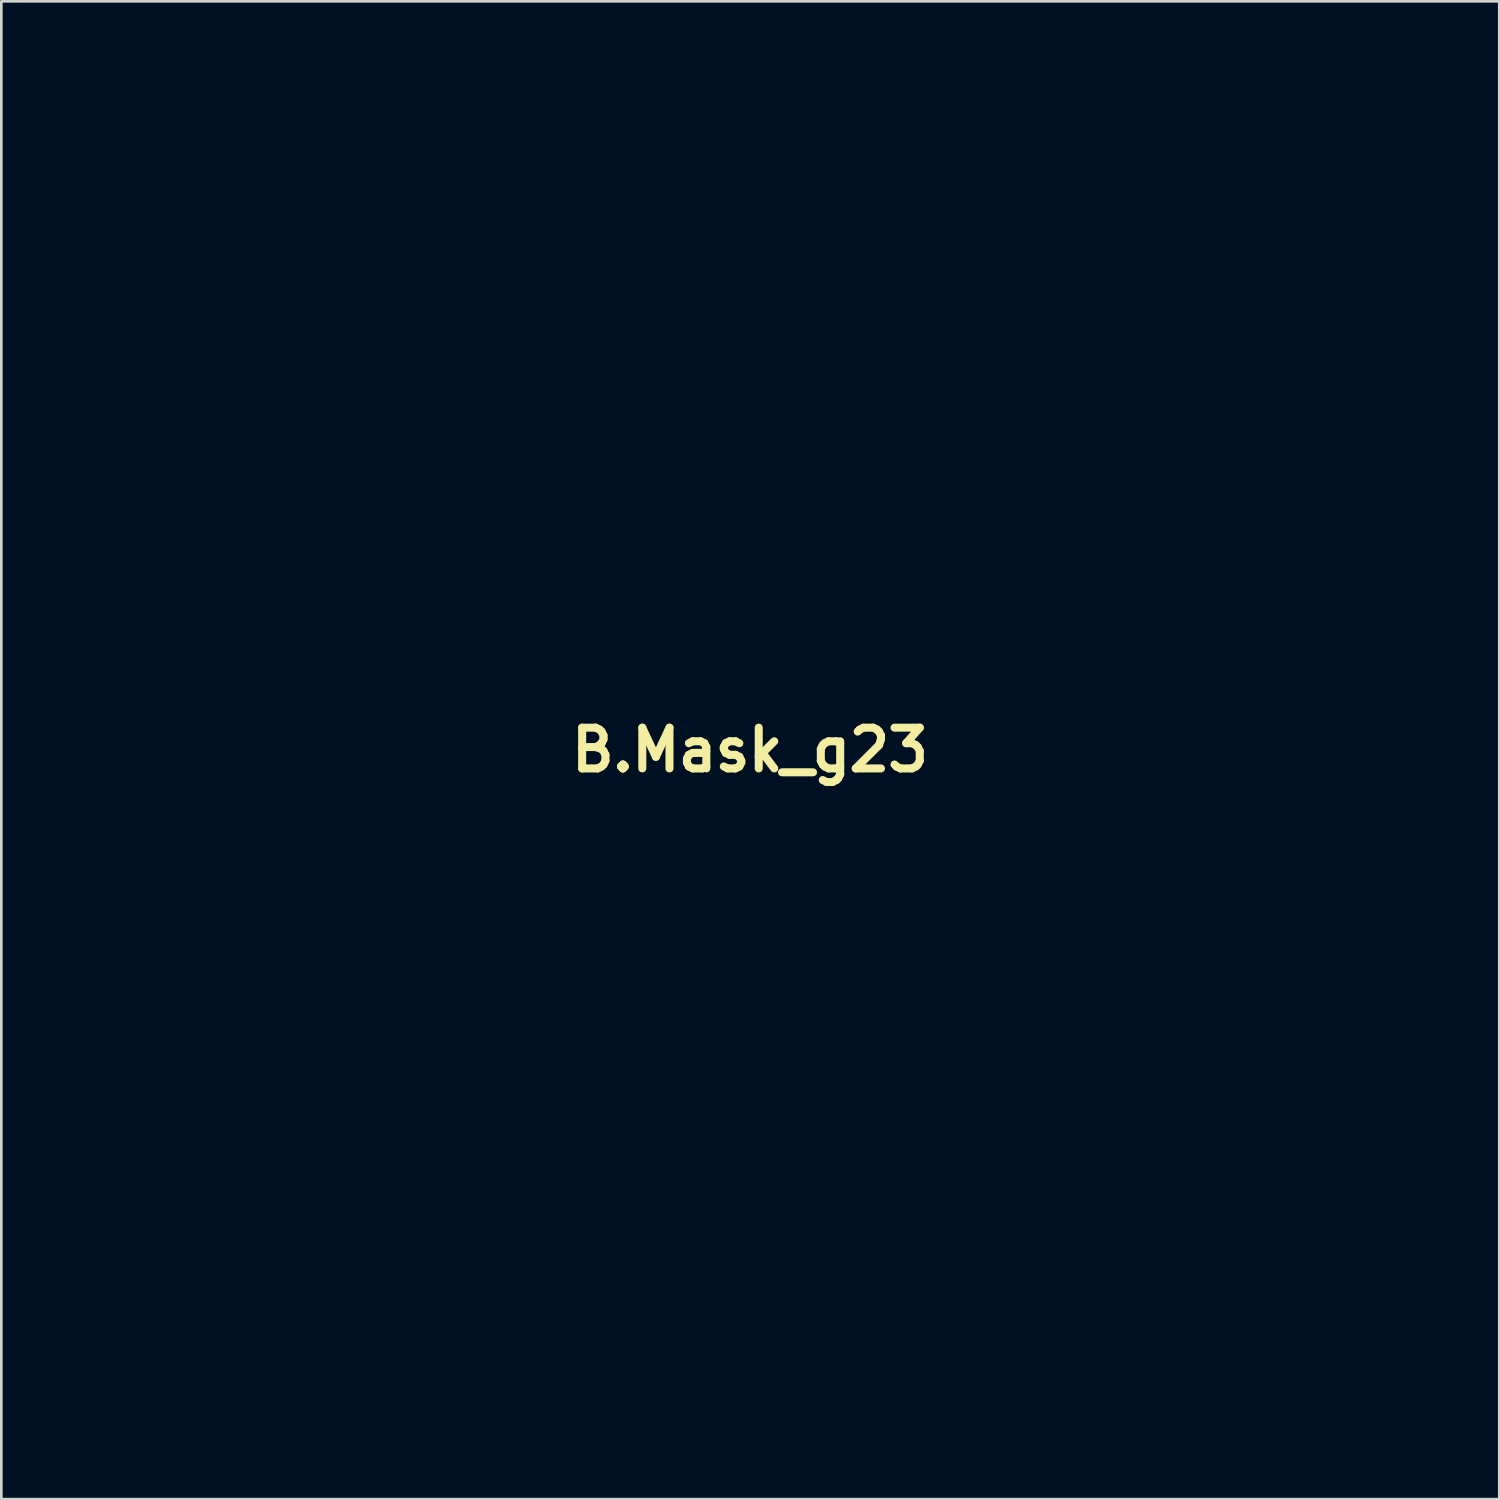
<source format=kicad_pcb>
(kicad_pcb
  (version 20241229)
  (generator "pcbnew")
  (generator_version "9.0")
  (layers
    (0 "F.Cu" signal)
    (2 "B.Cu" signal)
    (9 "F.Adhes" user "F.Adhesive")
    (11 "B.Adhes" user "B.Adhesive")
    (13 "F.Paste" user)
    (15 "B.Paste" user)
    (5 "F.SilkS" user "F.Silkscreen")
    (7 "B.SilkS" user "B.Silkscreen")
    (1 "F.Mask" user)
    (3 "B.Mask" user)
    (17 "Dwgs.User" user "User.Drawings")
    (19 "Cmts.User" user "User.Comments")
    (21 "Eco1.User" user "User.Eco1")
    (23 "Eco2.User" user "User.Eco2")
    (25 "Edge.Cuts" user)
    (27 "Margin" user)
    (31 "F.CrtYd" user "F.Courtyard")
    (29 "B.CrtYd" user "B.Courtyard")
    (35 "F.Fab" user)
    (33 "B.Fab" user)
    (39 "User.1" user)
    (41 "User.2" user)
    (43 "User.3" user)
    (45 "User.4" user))
  (footprint "B.Mask_g23"
    (layer "F.Cu")
    (at 25.004 25.004)
    (property "Reference" "B.Mask_g23" (at 0 0 0) (layer "F.SilkS") (effects (font (size 1.524 1.524) (thickness 0.3))))
    (attr through_hole)
    (fp_poly (pts (xy 3.233 -5.054) (xy 3.789 -4.498) (xy 3.117 -3.826) (xy 2.95 -3.66) (xy 2.811 -3.522) (xy 2.696 -3.409) (xy 2.603 -3.321) (xy 2.53 -3.254) (xy 2.475 -3.206) (xy 2.435 -3.175) (xy 2.407 -3.159) (xy 2.392 -3.155) (xy 2.35 -3.16) (xy 2.278 -3.172) (xy 2.186 -3.19) (xy 2.101 -3.207) (xy 1.984 -3.234) (xy 1.846 -3.271) (xy 1.703 -3.313) (xy 1.582 -3.351) (xy 1.472 -3.39) (xy 1.35 -3.436) (xy 1.225 -3.485) (xy 1.103 -3.535) (xy 0.992 -3.583) (xy 0.899 -3.626) (xy 0.831 -3.66) (xy 0.796 -3.683) (xy 0.795 -3.684) (xy 0.804 -3.703) (xy 0.843 -3.75) (xy 0.911 -3.825) (xy 1.008 -3.929) (xy 1.136 -4.061) (xy 1.293 -4.222) (xy 1.481 -4.412) (xy 1.699 -4.63) (xy 1.726 -4.657) (xy 2.677 -5.609) (xy 3.233 -5.054)) (stroke (width 0.01) (type solid)) (fill yes) (layer "B.Mask"))
    (fp_poly (pts (xy -4.805 5.666) (xy -4.99 5.723) (xy -5.098 5.754) (xy -5.216 5.784) (xy -5.319 5.808) (xy -5.334 5.811) (xy -5.408 5.822) (xy -5.514 5.832) (xy -5.642 5.84) (xy -5.781 5.848) (xy -5.923 5.853) (xy -6.056 5.856) (xy -6.172 5.856) (xy -6.26 5.853) (xy -6.287 5.85) (xy -6.613 5.802) (xy -6.913 5.741) (xy -7.057 5.705) (xy -7.197 5.664) (xy -7.33 5.622) (xy -7.452 5.58) (xy -7.557 5.54) (xy -7.639 5.505) (xy -7.692 5.477) (xy -7.712 5.457) (xy -7.711 5.454) (xy -7.695 5.436) (xy -7.653 5.389) (xy -7.587 5.316) (xy -7.5 5.219) (xy -7.393 5.102) (xy -7.27 4.967) (xy -7.132 4.815) (xy -6.982 4.651) (xy -6.823 4.476) (xy -6.656 4.293) (xy -6.484 4.105) (xy -6.31 3.914) (xy -6.135 3.723) (xy -5.963 3.534) (xy -5.795 3.35) (xy -5.633 3.174) (xy -5.481 3.008) (xy -5.341 2.854) (xy -5.214 2.716) (xy -5.104 2.596) (xy -5.013 2.497) (xy -4.942 2.42) (xy -4.895 2.369) (xy -4.876 2.35) (xy -4.805 2.276) (xy -4.805 5.666)) (stroke (width 0.01) (type solid)) (fill yes) (layer "B.Mask"))
    (fp_poly (pts (xy 0.975 -24.999) (xy 1.828 -24.999) (xy 2.678 -24.999) (xy 3.525 -24.999) (xy 4.368 -24.999) (xy 5.205 -24.999) (xy 6.036 -24.999) (xy 6.859 -24.998) (xy 7.674 -24.998) (xy 8.479 -24.998) (xy 9.273 -24.997) (xy 10.055 -24.997) (xy 10.825 -24.997) (xy 11.58 -24.996) (xy 12.32 -24.996) (xy 13.045 -24.995) (xy 13.752 -24.995) (xy 14.441 -24.994) (xy 15.111 -24.994) (xy 15.761 -24.993) (xy 16.389 -24.992) (xy 16.994 -24.992) (xy 17.577 -24.991) (xy 18.134 -24.99) (xy 18.666 -24.989) (xy 19.172 -24.989) (xy 19.649 -24.988) (xy 20.098 -24.987) (xy 20.517 -24.986) (xy 20.905 -24.985) (xy 21.261 -24.984) (xy 21.584 -24.983) (xy 21.873 -24.982) (xy 22.127 -24.981) (xy 22.344 -24.98) (xy 22.524 -24.979) (xy 22.666 -24.978) (xy 22.768 -24.977) (xy 22.83 -24.975) (xy 22.849 -24.974) (xy 23.166 -24.915) (xy 23.469 -24.815) (xy 23.755 -24.678) (xy 24.023 -24.502) (xy 24.27 -24.291) (xy 24.292 -24.269) (xy 24.504 -24.028) (xy 24.682 -23.765) (xy 24.823 -23.481) (xy 24.927 -23.18) (xy 24.991 -22.865) (xy 24.996 -22.828) (xy 24.997 -22.797) (xy 24.998 -22.725) (xy 24.999 -22.612) (xy 25 -22.46) (xy 25.001 -22.27) (xy 25.002 -22.043) (xy 25.004 -21.78) (xy 25.005 -21.482) (xy 25.006 -21.151) (xy 25.006 -20.786) (xy 25.007 -20.39) (xy 25.008 -19.963) (xy 25.009 -19.507) (xy 25.01 -19.022) (xy 25.011 -18.51) (xy 25.012 -17.971) (xy 25.012 -17.407) (xy 25.013 -16.818) (xy 25.014 -16.207) (xy 25.014 -15.573) (xy 25.015 -14.918) (xy 25.015 -14.243) (xy 25.016 -13.549) (xy 25.017 -12.837) (xy 25.017 -12.109) (xy 25.017 -11.364) (xy 25.018 -10.605) (xy 25.018 -9.832) (xy 25.019 -9.047) (xy 25.019 -8.25) (xy 25.019 -7.442) (xy 25.02 -6.625) (xy 25.02 -5.8) (xy 25.02 -4.968) (xy 25.02 -4.129) (xy 25.02 -3.285) (xy 25.02 -2.437) (xy 25.02 -1.586) (xy 25.02 -0.733) (xy 25.02 0.121) (xy 25.02 0.975) (xy 25.02 1.828) (xy 25.02 2.678) (xy 25.02 3.525) (xy 25.02 4.368) (xy 25.02 5.205) (xy 25.02 6.036) (xy 25.019 6.859) (xy 25.019 7.674) (xy 25.019 8.479) (xy 25.019 9.273) (xy 25.018 10.055) (xy 25.018 10.825) (xy 25.017 11.58) (xy 25.017 12.32) (xy 25.016 13.045) (xy 25.016 13.752) (xy 25.015 14.441) (xy 25.015 15.111) (xy 25.014 15.761) (xy 25.013 16.389) (xy 25.013 16.994) (xy 25.012 17.577) (xy 25.011 18.134) (xy 25.011 18.666) (xy 25.01 19.172) (xy 25.009 19.649) (xy 25.008 20.098) (xy 25.007 20.517) (xy 25.006 20.905) (xy 25.005 21.261) (xy 25.004 21.584) (xy 25.003 21.873) (xy 25.002 22.127) (xy 25.001 22.344) (xy 25 22.524) (xy 24.999 22.666) (xy 24.998 22.768) (xy 24.996 22.83) (xy 24.996 22.849) (xy 24.936 23.166) (xy 24.837 23.468) (xy 24.699 23.753) (xy 24.524 24.02) (xy 24.313 24.266) (xy 24.29 24.29) (xy 24.046 24.504) (xy 23.781 24.683) (xy 23.497 24.825) (xy 23.197 24.928) (xy 22.882 24.991) (xy 22.849 24.996) (xy 22.82 24.997) (xy 22.748 24.998) (xy 22.637 24.999) (xy 22.487 25) (xy 22.298 25.001) (xy 22.073 25.002) (xy 21.811 25.002) (xy 21.515 25.003) (xy 21.184 25.004) (xy 20.821 25.005) (xy 20.426 25.006) (xy 20.001 25.007) (xy 19.546 25.007) (xy 19.062 25.008) (xy 18.551 25.009) (xy 18.014 25.009) (xy 17.451 25.01) (xy 16.863 25.011) (xy 16.253 25.011) (xy 15.62 25.012) (xy 14.966 25.012) (xy 14.293 25.013) (xy 13.6 25.013) (xy 12.889 25.014) (xy 12.161 25.014) (xy 11.418 25.014) (xy 10.659 25.015) (xy 9.887 25.015) (xy 9.103 25.015) (xy 8.307 25.016) (xy 7.5 25.016) (xy 6.684 25.016) (xy 5.859 25.016) (xy 5.027 25.017) (xy 4.189 25.017) (xy 3.345 25.017) (xy 2.498 25.017) (xy 1.647 25.017) (xy 0.794 25.017) (xy -0.06 25.017) (xy -0.914 25.017) (xy -1.766 25.017) (xy -2.617 25.017) (xy -3.464 25.017) (xy -4.307 25.017) (xy -5.144 25.016) (xy -5.975 25.016) (xy -6.799 25.016) (xy -7.613 25.016) (xy -8.419 25.016) (xy -9.213 25.015) (xy -9.996 25.015) (xy -10.767 25.015) (xy -11.523 25.014) (xy -12.264 25.014) (xy -12.99 25.013) (xy -13.698 25.013) (xy -14.388 25.012) (xy -15.059 25.012) (xy -15.71 25.011) (xy -16.34 25.011) (xy -16.947 25.01) (xy -17.531 25.01) (xy -18.09 25.009) (xy -18.624 25.008) (xy -19.132 25.008) (xy -19.611 25.007) (xy -20.062 25.006) (xy -20.484 25.005) (xy -20.874 25.005) (xy -21.233 25.004) (xy -21.558 25.003) (xy -21.85 25.002) (xy -22.106 25.001) (xy -22.327 25) (xy -22.51 24.999) (xy -22.655 24.998) (xy -22.761 24.997) (xy -22.826 24.996) (xy -22.849 24.995) (xy -23.147 24.937) (xy -23.438 24.84) (xy -23.718 24.706) (xy -23.979 24.539) (xy -24.217 24.342) (xy -24.269 24.291) (xy -24.484 24.046) (xy -24.663 23.78) (xy -24.804 23.496) (xy -24.907 23.195) (xy -24.97 22.88) (xy -24.974 22.849) (xy -24.976 22.818) (xy -24.977 22.746) (xy -24.978 22.633) (xy -24.979 22.481) (xy -24.98 22.291) (xy -24.981 22.064) (xy -24.982 21.801) (xy -24.983 21.504) (xy -24.984 21.172) (xy -24.985 20.808) (xy -24.986 20.411) (xy -24.987 19.985) (xy -24.988 19.528) (xy -24.989 19.043) (xy -24.99 18.531) (xy -24.99 17.992) (xy -24.991 17.428) (xy -24.992 16.84) (xy -24.992 16.228) (xy -24.993 15.594) (xy -24.994 14.939) (xy -24.994 14.264) (xy -24.995 13.57) (xy -24.995 12.859) (xy -24.996 12.13) (xy -24.996 11.386) (xy -24.997 10.626) (xy -24.997 9.853) (xy -24.997 9.068) (xy -24.998 8.58) (xy -23.978 8.58) (xy -23.978 9.652) (xy -23.978 10.682) (xy -23.978 11.67) (xy -23.978 12.615) (xy -23.978 13.518) (xy -23.978 14.379) (xy -23.977 15.197) (xy -23.977 15.974) (xy -23.977 16.708) (xy -23.976 17.4) (xy -23.976 18.049) (xy -23.975 18.656) (xy -23.974 19.221) (xy -23.974 19.744) (xy -23.973 20.224) (xy -23.972 20.662) (xy -23.971 21.058) (xy -23.97 21.412) (xy -23.969 21.723) (xy -23.968 21.992) (xy -23.967 22.219) (xy -23.966 22.403) (xy -23.965 22.545) (xy -23.964 22.644) (xy -23.963 22.702) (xy -23.962 22.716) (xy -23.91 22.957) (xy -23.823 23.181) (xy -23.702 23.385) (xy -23.552 23.565) (xy -23.375 23.718) (xy -23.175 23.841) (xy -22.955 23.93) (xy -22.736 23.98) (xy -22.71 23.981) (xy -22.642 23.982) (xy -22.534 23.983) (xy -22.386 23.983) (xy -22.199 23.984) (xy -21.974 23.985) (xy -21.712 23.985) (xy -21.414 23.986) (xy -21.081 23.987) (xy -20.713 23.987) (xy -20.311 23.988) (xy -19.877 23.988) (xy -19.41 23.989) (xy -18.913 23.99) (xy -18.386 23.99) (xy -17.829 23.991) (xy -17.244 23.991) (xy -16.632 23.991) (xy -15.992 23.992) (xy -15.328 23.992) (xy -14.638 23.993) (xy -13.924 23.993) (xy -13.187 23.993) (xy -12.427 23.994) (xy -11.647 23.994) (xy -10.845 23.994) (xy -10.024 23.994) (xy -9.184 23.995) (xy -8.327 23.995) (xy -7.452 23.995) (xy -6.561 23.995) (xy -5.655 23.995) (xy -4.734 23.995) (xy -3.799 23.995) (xy -2.852 23.995) (xy -1.893 23.995) (xy -0.924 23.995) (xy 0.056 23.995) (xy 0.085 23.995) (xy 1.265 23.995) (xy 2.404 23.995) (xy 3.503 23.994) (xy 4.561 23.994) (xy 5.58 23.994) (xy 6.56 23.994) (xy 7.502 23.994) (xy 8.408 23.994) (xy 9.277 23.993) (xy 10.11 23.993) (xy 10.909 23.993) (xy 11.673 23.993) (xy 12.404 23.993) (xy 13.103 23.992) (xy 13.769 23.992) (xy 14.405 23.992) (xy 15.01 23.992) (xy 15.586 23.991) (xy 16.132 23.991) (xy 16.651 23.991) (xy 17.142 23.99) (xy 17.607 23.99) (xy 18.046 23.989) (xy 18.459 23.989) (xy 18.849 23.988) (xy 19.214 23.988) (xy 19.557 23.987) (xy 19.878 23.987) (xy 20.177 23.986) (xy 20.456 23.985) (xy 20.715 23.985) (xy 20.955 23.984) (xy 21.176 23.983) (xy 21.38 23.982) (xy 21.567 23.981) (xy 21.738 23.98) (xy 21.893 23.979) (xy 22.034 23.978) (xy 22.161 23.977) (xy 22.275 23.976) (xy 22.376 23.975) (xy 22.466 23.974) (xy 22.545 23.973) (xy 22.614 23.971) (xy 22.673 23.97) (xy 22.724 23.969) (xy 22.767 23.967) (xy 22.803 23.965) (xy 22.832 23.964) (xy 22.856 23.962) (xy 22.875 23.96) (xy 22.889 23.959) (xy 22.901 23.957) (xy 22.909 23.955) (xy 22.913 23.954) (xy 23.154 23.86) (xy 23.37 23.734) (xy 23.56 23.577) (xy 23.719 23.391) (xy 23.847 23.18) (xy 23.941 22.945) (xy 23.954 22.902) (xy 23.956 22.894) (xy 23.958 22.884) (xy 23.96 22.871) (xy 23.962 22.854) (xy 23.963 22.833) (xy 23.965 22.806) (xy 23.967 22.774) (xy 23.968 22.735) (xy 23.97 22.689) (xy 23.971 22.634) (xy 23.972 22.571) (xy 23.974 22.498) (xy 23.975 22.414) (xy 23.976 22.32) (xy 23.977 22.213) (xy 23.978 22.094) (xy 23.979 21.962) (xy 23.98 21.815) (xy 23.981 21.654) (xy 23.982 21.477) (xy 23.983 21.283) (xy 23.984 21.073) (xy 23.984 20.844) (xy 23.985 20.597) (xy 23.986 20.33) (xy 23.986 20.044) (xy 23.987 19.736) (xy 23.987 19.407) (xy 23.988 19.056) (xy 23.988 18.681) (xy 23.989 18.283) (xy 23.989 17.859) (xy 23.99 17.411) (xy 23.99 16.936) (xy 23.99 16.435) (xy 23.991 15.906) (xy 23.991 15.349) (xy 23.991 14.762) (xy 23.991 14.146) (xy 23.991 13.499) (xy 23.992 12.82) (xy 23.992 12.11) (xy 23.992 11.367) (xy 23.992 10.59) (xy 23.992 9.779) (xy 23.992 8.932) (xy 23.992 8.05) (xy 23.992 7.131) (xy 23.992 6.175) (xy 23.992 5.181) (xy 23.992 4.148) (xy 23.992 3.076) (xy 23.992 1.963) (xy 23.992 0.809) (xy 23.992 0.011) (xy 23.992 -1.171) (xy 23.992 -2.312) (xy 23.992 -3.411) (xy 23.992 -4.471) (xy 23.992 -5.491) (xy 23.992 -6.473) (xy 23.992 -7.416) (xy 23.992 -8.323) (xy 23.992 -9.193) (xy 23.992 -10.028) (xy 23.992 -10.828) (xy 23.992 -11.593) (xy 23.992 -12.326) (xy 23.992 -13.026) (xy 23.991 -13.694) (xy 23.991 -14.33) (xy 23.991 -14.937) (xy 23.991 -15.514) (xy 23.99 -16.062) (xy 23.99 -16.582) (xy 23.99 -17.074) (xy 23.99 -17.54) (xy 23.989 -17.98) (xy 23.989 -18.395) (xy 23.988 -18.786) (xy 23.988 -19.153) (xy 23.987 -19.497) (xy 23.987 -19.819) (xy 23.986 -20.119) (xy 23.985 -20.399) (xy 23.985 -20.659) (xy 23.984 -20.9) (xy 23.983 -21.123) (xy 23.983 -21.327) (xy 23.982 -21.516) (xy 23.981 -21.687) (xy 23.98 -21.844) (xy 23.979 -21.986) (xy 23.978 -22.114) (xy 23.977 -22.229) (xy 23.976 -22.331) (xy 23.974 -22.422) (xy 23.973 -22.502) (xy 23.972 -22.572) (xy 23.97 -22.632) (xy 23.969 -22.684) (xy 23.968 -22.728) (xy 23.966 -22.764) (xy 23.964 -22.794) (xy 23.963 -22.819) (xy 23.961 -22.839) (xy 23.959 -22.854) (xy 23.957 -22.866) (xy 23.955 -22.876) (xy 23.954 -22.881) (xy 23.866 -23.119) (xy 23.744 -23.335) (xy 23.59 -23.525) (xy 23.407 -23.686) (xy 23.198 -23.817) (xy 22.965 -23.914) (xy 22.902 -23.933) (xy 22.894 -23.935) (xy 22.884 -23.937) (xy 22.871 -23.939) (xy 22.854 -23.94) (xy 22.833 -23.942) (xy 22.806 -23.944) (xy 22.774 -23.945) (xy 22.735 -23.947) (xy 22.689 -23.948) (xy 22.634 -23.95) (xy 22.571 -23.951) (xy 22.498 -23.952) (xy 22.414 -23.954) (xy 22.32 -23.955) (xy 22.213 -23.956) (xy 22.094 -23.957) (xy 21.962 -23.958) (xy 21.815 -23.959) (xy 21.654 -23.96) (xy 21.477 -23.961) (xy 21.283 -23.962) (xy 21.073 -23.962) (xy 20.844 -23.963) (xy 20.597 -23.964) (xy 20.33 -23.965) (xy 20.044 -23.965) (xy 19.736 -23.966) (xy 19.407 -23.966) (xy 19.056 -23.967) (xy 18.681 -23.967) (xy 18.283 -23.968) (xy 17.859 -23.968) (xy 17.411 -23.968) (xy 16.936 -23.969) (xy 16.435 -23.969) (xy 15.906 -23.969) (xy 15.349 -23.97) (xy 14.762 -23.97) (xy 14.146 -23.97) (xy 13.499 -23.97) (xy 12.82 -23.97) (xy 12.11 -23.971) (xy 11.367 -23.971) (xy 10.59 -23.971) (xy 9.779 -23.971) (xy 8.932 -23.971) (xy 8.05 -23.971) (xy 7.131 -23.971) (xy 6.175 -23.971) (xy 5.181 -23.971) (xy 4.148 -23.971) (xy 3.076 -23.971) (xy 1.963 -23.971) (xy 0.809 -23.971) (xy 0.011 -23.971) (xy -1.171 -23.971) (xy -2.312 -23.971) (xy -3.411 -23.971) (xy -4.47 -23.971) (xy -5.49 -23.971) (xy -6.472 -23.971) (xy -7.415 -23.971) (xy -8.322 -23.971) (xy -9.192 -23.971) (xy -10.026 -23.971) (xy -10.826 -23.971) (xy -11.592 -23.971) (xy -12.324 -23.971) (xy -13.024 -23.97) (xy -13.691 -23.97) (xy -14.328 -23.97) (xy -14.935 -23.97) (xy -15.511 -23.97) (xy -16.059 -23.969) (xy -16.579 -23.969) (xy -17.071 -23.969) (xy -17.537 -23.968) (xy -17.977 -23.968) (xy -18.392 -23.968) (xy -18.783 -23.967) (xy -19.149 -23.967) (xy -19.493 -23.966) (xy -19.815 -23.966) (xy -20.116 -23.965) (xy -20.396 -23.964) (xy -20.656 -23.964) (xy -20.897 -23.963) (xy -21.119 -23.962) (xy -21.324 -23.961) (xy -21.512 -23.961) (xy -21.684 -23.96) (xy -21.841 -23.959) (xy -21.982 -23.958) (xy -22.111 -23.957) (xy -22.225 -23.956) (xy -22.328 -23.955) (xy -22.419 -23.953) (xy -22.499 -23.952) (xy -22.569 -23.951) (xy -22.629 -23.949) (xy -22.681 -23.948) (xy -22.725 -23.946) (xy -22.762 -23.945) (xy -22.792 -23.943) (xy -22.817 -23.942) (xy -22.837 -23.94) (xy -22.852 -23.938) (xy -22.865 -23.936) (xy -22.875 -23.934) (xy -22.881 -23.932) (xy -23.123 -23.844) (xy -23.339 -23.721) (xy -23.529 -23.567) (xy -23.69 -23.382) (xy -23.822 -23.169) (xy -23.92 -22.93) (xy -23.933 -22.892) (xy -23.935 -22.884) (xy -23.936 -22.874) (xy -23.938 -22.861) (xy -23.94 -22.845) (xy -23.942 -22.823) (xy -23.943 -22.797) (xy -23.945 -22.765) (xy -23.947 -22.725) (xy -23.948 -22.679) (xy -23.95 -22.624) (xy -23.951 -22.559) (xy -23.952 -22.486) (xy -23.953 -22.401) (xy -23.955 -22.306) (xy -23.956 -22.198) (xy -23.957 -22.078) (xy -23.958 -21.944) (xy -23.959 -21.796) (xy -23.96 -21.633) (xy -23.961 -21.454) (xy -23.962 -21.258) (xy -23.963 -21.046) (xy -23.963 -20.815) (xy -23.964 -20.565) (xy -23.965 -20.296) (xy -23.966 -20.007) (xy -23.966 -19.697) (xy -23.967 -19.365) (xy -23.967 -19.011) (xy -23.968 -18.633) (xy -23.969 -18.231) (xy -23.969 -17.804) (xy -23.97 -17.352) (xy -23.97 -16.874) (xy -23.97 -16.369) (xy -23.971 -15.836) (xy -23.971 -15.274) (xy -23.972 -14.683) (xy -23.972 -14.063) (xy -23.972 -13.411) (xy -23.973 -12.728) (xy -23.973 -12.013) (xy -23.973 -11.264) (xy -23.974 -10.482) (xy -23.974 -9.666) (xy -23.974 -8.814) (xy -23.975 -7.926) (xy -23.975 -7.002) (xy -23.975 -6.039) (xy -23.976 -5.039) (xy -23.976 -4) (xy -23.976 -2.921) (xy -23.977 -1.801) (xy -23.977 -0.64) (xy -23.977 -0.106) (xy -23.977 1.262) (xy -23.978 2.587) (xy -23.978 3.87) (xy -23.978 5.111) (xy -23.978 6.31) (xy -23.978 7.466) (xy -23.978 8.58) (xy -24.998 8.58) (xy -24.998 8.271) (xy -24.998 7.464) (xy -24.998 6.647) (xy -24.999 5.821) (xy -24.999 4.989) (xy -24.999 4.15) (xy -24.999 3.306) (xy -24.999 2.458) (xy -24.999 1.607) (xy -24.999 0.754) (xy -24.999 -0.1) (xy -24.999 -0.954) (xy -24.999 -1.807) (xy -24.999 -2.657) (xy -24.999 -3.504) (xy -24.999 -4.347) (xy -24.999 -5.184) (xy -24.999 -6.015) (xy -24.998 -6.838) (xy -24.998 -7.653) (xy -24.998 -8.458) (xy -24.997 -9.252) (xy -24.997 -10.034) (xy -24.997 -10.803) (xy -24.996 -11.559) (xy -24.996 -12.299) (xy -24.995 -13.024) (xy -24.995 -13.731) (xy -24.994 -14.42) (xy -24.994 -15.09) (xy -24.993 -15.739) (xy -24.992 -16.368) (xy -24.992 -16.973) (xy -24.991 -17.556) (xy -24.99 -18.113) (xy -24.989 -18.645) (xy -24.989 -19.151) (xy -24.988 -19.628) (xy -24.987 -20.077) (xy -24.986 -20.496) (xy -24.985 -20.884) (xy -24.984 -21.24) (xy -24.983 -21.563) (xy -24.982 -21.852) (xy -24.981 -22.106) (xy -24.98 -22.323) (xy -24.979 -22.503) (xy -24.978 -22.645) (xy -24.977 -22.747) (xy -24.975 -22.809) (xy -24.974 -22.828) (xy -24.915 -23.145) (xy -24.815 -23.448) (xy -24.678 -23.735) (xy -24.504 -24.002) (xy -24.294 -24.247) (xy -24.27 -24.27) (xy -24.028 -24.484) (xy -23.763 -24.662) (xy -23.478 -24.803) (xy -23.177 -24.906) (xy -22.861 -24.97) (xy -22.828 -24.974) (xy -22.797 -24.976) (xy -22.725 -24.977) (xy -22.612 -24.978) (xy -22.46 -24.979) (xy -22.27 -24.98) (xy -22.043 -24.981) (xy -21.78 -24.982) (xy -21.482 -24.983) (xy -21.151 -24.984) (xy -20.786 -24.985) (xy -20.39 -24.986) (xy -19.963 -24.987) (xy -19.507 -24.988) (xy -19.022 -24.989) (xy -18.51 -24.99) (xy -17.971 -24.99) (xy -17.407 -24.991) (xy -16.818 -24.992) (xy -16.207 -24.992) (xy -15.573 -24.993) (xy -14.918 -24.994) (xy -14.243 -24.994) (xy -13.549 -24.995) (xy -12.837 -24.995) (xy -12.109 -24.996) (xy -11.364 -24.996) (xy -10.605 -24.997) (xy -9.832 -24.997) (xy -9.047 -24.997) (xy -8.25 -24.998) (xy -7.442 -24.998) (xy -6.625 -24.998) (xy -5.8 -24.999) (xy -4.968 -24.999) (xy -4.129 -24.999) (xy -3.285 -24.999) (xy -2.437 -24.999) (xy -1.586 -24.999) (xy -0.733 -24.999) (xy 0.121 -24.999) (xy 0.975 -24.999)) (stroke (width 0.01) (type solid)) (fill yes) (layer "B.Mask")))
  (gr_rect
    (start -3 -3)
    (end 53.03 53.026)
    (stroke (width 0.1) (type default))
    (fill no)
    (layer "Edge.Cuts")))
</source>
